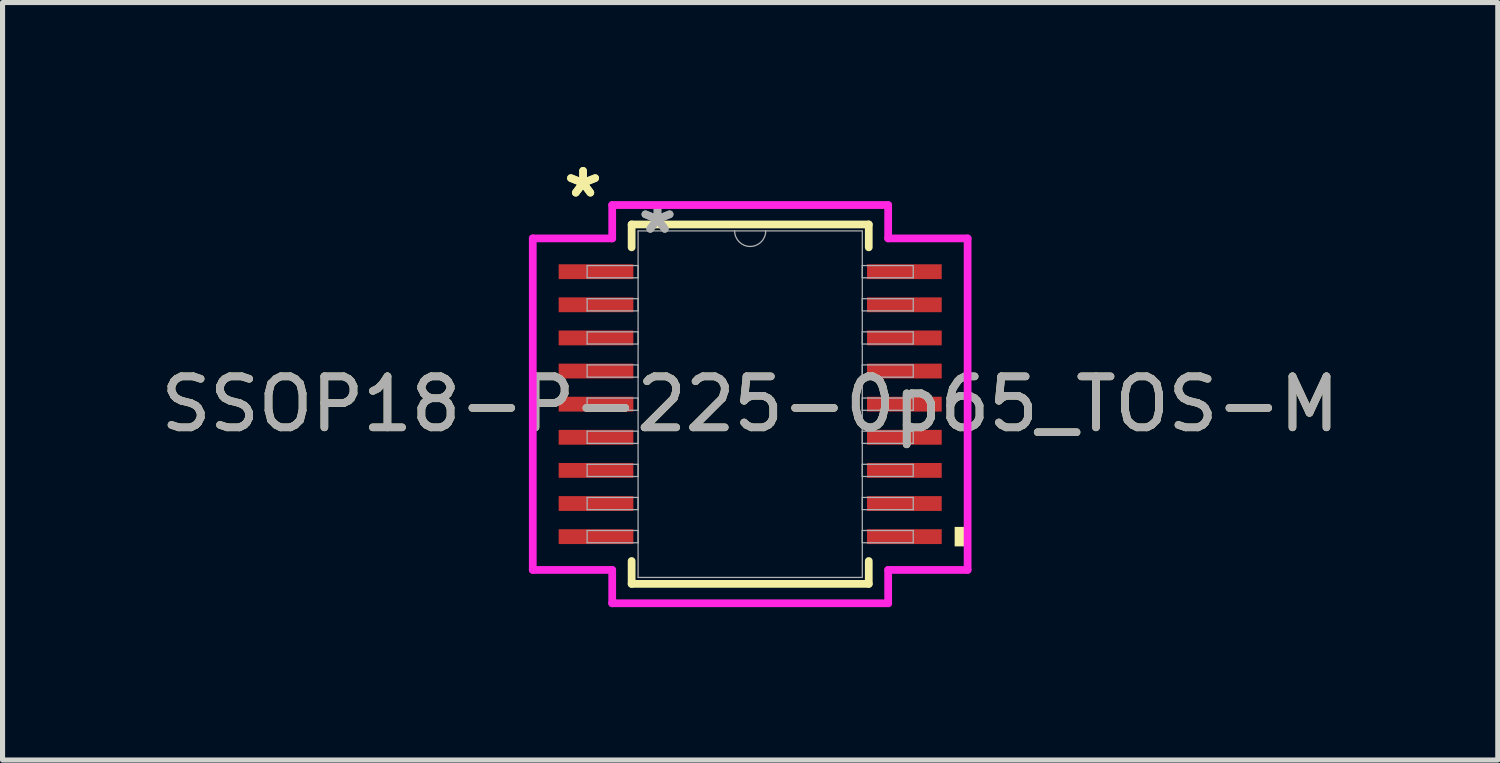
<source format=kicad_pcb>
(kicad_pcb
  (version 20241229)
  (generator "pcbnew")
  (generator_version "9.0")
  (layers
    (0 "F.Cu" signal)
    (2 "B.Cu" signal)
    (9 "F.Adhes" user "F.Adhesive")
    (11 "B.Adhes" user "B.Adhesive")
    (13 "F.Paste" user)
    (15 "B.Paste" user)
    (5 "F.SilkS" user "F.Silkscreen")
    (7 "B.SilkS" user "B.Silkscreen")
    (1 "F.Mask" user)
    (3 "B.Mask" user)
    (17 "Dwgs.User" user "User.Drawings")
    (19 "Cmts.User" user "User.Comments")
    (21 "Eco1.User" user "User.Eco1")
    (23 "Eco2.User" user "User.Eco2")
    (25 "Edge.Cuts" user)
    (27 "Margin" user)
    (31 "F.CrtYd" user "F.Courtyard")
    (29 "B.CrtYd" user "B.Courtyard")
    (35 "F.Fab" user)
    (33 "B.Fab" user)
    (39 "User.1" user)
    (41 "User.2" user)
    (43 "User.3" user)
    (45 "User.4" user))
  (footprint "SSOP18-P-225-0p65_TOS-M"
    (layer "F.Cu")
    (at 11.673 4.882)
    (property "Reference" "SSOP18-P-225-0p65_TOS-M" (at 0 0 0) (unlocked yes) (layer "F.SilkS") (effects (font (size 1 1) (thickness 0.15))))
    (attr smd)
    (fp_line (start -2.327 -3.527) (end -2.327 -3.078) (stroke (width 0.152) (type solid)) (layer "F.SilkS"))
    (fp_line (start -2.327 3.078) (end -2.327 3.527) (stroke (width 0.152) (type solid)) (layer "F.SilkS"))
    (fp_line (start -2.327 3.527) (end 2.327 3.527) (stroke (width 0.152) (type solid)) (layer "F.SilkS"))
    (fp_line (start 2.327 -3.527) (end -2.327 -3.527) (stroke (width 0.152) (type solid)) (layer "F.SilkS"))
    (fp_line (start 2.327 -3.078) (end 2.327 -3.527) (stroke (width 0.152) (type solid)) (layer "F.SilkS"))
    (fp_line (start 2.327 3.527) (end 2.327 3.078) (stroke (width 0.152) (type solid)) (layer "F.SilkS"))
    (fp_poly (pts (xy 4.267 2.409) (xy 4.267 2.791) (xy 4.013 2.791) (xy 4.013 2.409)) (stroke (width 0) (type solid)) (fill yes) (layer "F.SilkS"))
    (fp_line (start -4.267 -3.253) (end -2.708 -3.253) (stroke (width 0.152) (type solid)) (layer "F.CrtYd"))
    (fp_line (start -4.267 3.253) (end -4.267 -3.253) (stroke (width 0.152) (type solid)) (layer "F.CrtYd"))
    (fp_line (start -4.267 3.253) (end -2.708 3.253) (stroke (width 0.152) (type solid)) (layer "F.CrtYd"))
    (fp_line (start -2.708 -3.908) (end 2.708 -3.908) (stroke (width 0.152) (type solid)) (layer "F.CrtYd"))
    (fp_line (start -2.708 -3.253) (end -2.708 -3.908) (stroke (width 0.152) (type solid)) (layer "F.CrtYd"))
    (fp_line (start -2.708 3.908) (end -2.708 3.253) (stroke (width 0.152) (type solid)) (layer "F.CrtYd"))
    (fp_line (start 2.708 -3.908) (end 2.708 -3.253) (stroke (width 0.152) (type solid)) (layer "F.CrtYd"))
    (fp_line (start 2.708 3.253) (end 2.708 3.908) (stroke (width 0.152) (type solid)) (layer "F.CrtYd"))
    (fp_line (start 2.708 3.908) (end -2.708 3.908) (stroke (width 0.152) (type solid)) (layer "F.CrtYd"))
    (fp_line (start 4.267 -3.253) (end 2.708 -3.253) (stroke (width 0.152) (type solid)) (layer "F.CrtYd"))
    (fp_line (start 4.267 -3.253) (end 4.267 3.253) (stroke (width 0.152) (type solid)) (layer "F.CrtYd"))
    (fp_line (start 4.267 3.253) (end 2.708 3.253) (stroke (width 0.152) (type solid)) (layer "F.CrtYd"))
    (fp_line (start -3.2 -2.72) (end -3.2 -2.48) (stroke (width 0.025) (type solid)) (layer "F.Fab"))
    (fp_line (start -3.2 -2.48) (end -2.2 -2.48) (stroke (width 0.025) (type solid)) (layer "F.Fab"))
    (fp_line (start -3.2 -2.07) (end -3.2 -1.83) (stroke (width 0.025) (type solid)) (layer "F.Fab"))
    (fp_line (start -3.2 -1.83) (end -2.2 -1.83) (stroke (width 0.025) (type solid)) (layer "F.Fab"))
    (fp_line (start -3.2 -1.42) (end -3.2 -1.18) (stroke (width 0.025) (type solid)) (layer "F.Fab"))
    (fp_line (start -3.2 -1.18) (end -2.2 -1.18) (stroke (width 0.025) (type solid)) (layer "F.Fab"))
    (fp_line (start -3.2 -0.77) (end -3.2 -0.53) (stroke (width 0.025) (type solid)) (layer "F.Fab"))
    (fp_line (start -3.2 -0.53) (end -2.2 -0.53) (stroke (width 0.025) (type solid)) (layer "F.Fab"))
    (fp_line (start -3.2 -0.12) (end -3.2 0.12) (stroke (width 0.025) (type solid)) (layer "F.Fab"))
    (fp_line (start -3.2 0.12) (end -2.2 0.12) (stroke (width 0.025) (type solid)) (layer "F.Fab"))
    (fp_line (start -3.2 0.53) (end -3.2 0.77) (stroke (width 0.025) (type solid)) (layer "F.Fab"))
    (fp_line (start -3.2 0.77) (end -2.2 0.77) (stroke (width 0.025) (type solid)) (layer "F.Fab"))
    (fp_line (start -3.2 1.18) (end -3.2 1.42) (stroke (width 0.025) (type solid)) (layer "F.Fab"))
    (fp_line (start -3.2 1.42) (end -2.2 1.42) (stroke (width 0.025) (type solid)) (layer "F.Fab"))
    (fp_line (start -3.2 1.83) (end -3.2 2.07) (stroke (width 0.025) (type solid)) (layer "F.Fab"))
    (fp_line (start -3.2 2.07) (end -2.2 2.07) (stroke (width 0.025) (type solid)) (layer "F.Fab"))
    (fp_line (start -3.2 2.48) (end -3.2 2.72) (stroke (width 0.025) (type solid)) (layer "F.Fab"))
    (fp_line (start -3.2 2.72) (end -2.2 2.72) (stroke (width 0.025) (type solid)) (layer "F.Fab"))
    (fp_line (start -2.2 -3.4) (end -2.2 3.4) (stroke (width 0.025) (type solid)) (layer "F.Fab"))
    (fp_line (start -2.2 -2.72) (end -3.2 -2.72) (stroke (width 0.025) (type solid)) (layer "F.Fab"))
    (fp_line (start -2.2 -2.48) (end -2.2 -2.72) (stroke (width 0.025) (type solid)) (layer "F.Fab"))
    (fp_line (start -2.2 -2.07) (end -3.2 -2.07) (stroke (width 0.025) (type solid)) (layer "F.Fab"))
    (fp_line (start -2.2 -1.83) (end -2.2 -2.07) (stroke (width 0.025) (type solid)) (layer "F.Fab"))
    (fp_line (start -2.2 -1.42) (end -3.2 -1.42) (stroke (width 0.025) (type solid)) (layer "F.Fab"))
    (fp_line (start -2.2 -1.18) (end -2.2 -1.42) (stroke (width 0.025) (type solid)) (layer "F.Fab"))
    (fp_line (start -2.2 -0.77) (end -3.2 -0.77) (stroke (width 0.025) (type solid)) (layer "F.Fab"))
    (fp_line (start -2.2 -0.53) (end -2.2 -0.77) (stroke (width 0.025) (type solid)) (layer "F.Fab"))
    (fp_line (start -2.2 -0.12) (end -3.2 -0.12) (stroke (width 0.025) (type solid)) (layer "F.Fab"))
    (fp_line (start -2.2 0.12) (end -2.2 -0.12) (stroke (width 0.025) (type solid)) (layer "F.Fab"))
    (fp_line (start -2.2 0.53) (end -3.2 0.53) (stroke (width 0.025) (type solid)) (layer "F.Fab"))
    (fp_line (start -2.2 0.77) (end -2.2 0.53) (stroke (width 0.025) (type solid)) (layer "F.Fab"))
    (fp_line (start -2.2 1.18) (end -3.2 1.18) (stroke (width 0.025) (type solid)) (layer "F.Fab"))
    (fp_line (start -2.2 1.42) (end -2.2 1.18) (stroke (width 0.025) (type solid)) (layer "F.Fab"))
    (fp_line (start -2.2 1.83) (end -3.2 1.83) (stroke (width 0.025) (type solid)) (layer "F.Fab"))
    (fp_line (start -2.2 2.07) (end -2.2 1.83) (stroke (width 0.025) (type solid)) (layer "F.Fab"))
    (fp_line (start -2.2 2.48) (end -3.2 2.48) (stroke (width 0.025) (type solid)) (layer "F.Fab"))
    (fp_line (start -2.2 2.72) (end -2.2 2.48) (stroke (width 0.025) (type solid)) (layer "F.Fab"))
    (fp_line (start -2.2 3.4) (end 2.2 3.4) (stroke (width 0.025) (type solid)) (layer "F.Fab"))
    (fp_line (start 2.2 -3.4) (end -2.2 -3.4) (stroke (width 0.025) (type solid)) (layer "F.Fab"))
    (fp_line (start 2.2 -2.72) (end 2.2 -2.48) (stroke (width 0.025) (type solid)) (layer "F.Fab"))
    (fp_line (start 2.2 -2.48) (end 3.2 -2.48) (stroke (width 0.025) (type solid)) (layer "F.Fab"))
    (fp_line (start 2.2 -2.07) (end 2.2 -1.83) (stroke (width 0.025) (type solid)) (layer "F.Fab"))
    (fp_line (start 2.2 -1.83) (end 3.2 -1.83) (stroke (width 0.025) (type solid)) (layer "F.Fab"))
    (fp_line (start 2.2 -1.42) (end 2.2 -1.18) (stroke (width 0.025) (type solid)) (layer "F.Fab"))
    (fp_line (start 2.2 -1.18) (end 3.2 -1.18) (stroke (width 0.025) (type solid)) (layer "F.Fab"))
    (fp_line (start 2.2 -0.77) (end 2.2 -0.53) (stroke (width 0.025) (type solid)) (layer "F.Fab"))
    (fp_line (start 2.2 -0.53) (end 3.2 -0.53) (stroke (width 0.025) (type solid)) (layer "F.Fab"))
    (fp_line (start 2.2 -0.12) (end 2.2 0.12) (stroke (width 0.025) (type solid)) (layer "F.Fab"))
    (fp_line (start 2.2 0.12) (end 3.2 0.12) (stroke (width 0.025) (type solid)) (layer "F.Fab"))
    (fp_line (start 2.2 0.53) (end 2.2 0.77) (stroke (width 0.025) (type solid)) (layer "F.Fab"))
    (fp_line (start 2.2 0.77) (end 3.2 0.77) (stroke (width 0.025) (type solid)) (layer "F.Fab"))
    (fp_line (start 2.2 1.18) (end 2.2 1.42) (stroke (width 0.025) (type solid)) (layer "F.Fab"))
    (fp_line (start 2.2 1.42) (end 3.2 1.42) (stroke (width 0.025) (type solid)) (layer "F.Fab"))
    (fp_line (start 2.2 1.83) (end 2.2 2.07) (stroke (width 0.025) (type solid)) (layer "F.Fab"))
    (fp_line (start 2.2 2.07) (end 3.2 2.07) (stroke (width 0.025) (type solid)) (layer "F.Fab"))
    (fp_line (start 2.2 2.48) (end 2.2 2.72) (stroke (width 0.025) (type solid)) (layer "F.Fab"))
    (fp_line (start 2.2 2.72) (end 3.2 2.72) (stroke (width 0.025) (type solid)) (layer "F.Fab"))
    (fp_line (start 2.2 3.4) (end 2.2 -3.4) (stroke (width 0.025) (type solid)) (layer "F.Fab"))
    (fp_line (start 3.2 -2.72) (end 2.2 -2.72) (stroke (width 0.025) (type solid)) (layer "F.Fab"))
    (fp_line (start 3.2 -2.48) (end 3.2 -2.72) (stroke (width 0.025) (type solid)) (layer "F.Fab"))
    (fp_line (start 3.2 -2.07) (end 2.2 -2.07) (stroke (width 0.025) (type solid)) (layer "F.Fab"))
    (fp_line (start 3.2 -1.83) (end 3.2 -2.07) (stroke (width 0.025) (type solid)) (layer "F.Fab"))
    (fp_line (start 3.2 -1.42) (end 2.2 -1.42) (stroke (width 0.025) (type solid)) (layer "F.Fab"))
    (fp_line (start 3.2 -1.18) (end 3.2 -1.42) (stroke (width 0.025) (type solid)) (layer "F.Fab"))
    (fp_line (start 3.2 -0.77) (end 2.2 -0.77) (stroke (width 0.025) (type solid)) (layer "F.Fab"))
    (fp_line (start 3.2 -0.53) (end 3.2 -0.77) (stroke (width 0.025) (type solid)) (layer "F.Fab"))
    (fp_line (start 3.2 -0.12) (end 2.2 -0.12) (stroke (width 0.025) (type solid)) (layer "F.Fab"))
    (fp_line (start 3.2 0.12) (end 3.2 -0.12) (stroke (width 0.025) (type solid)) (layer "F.Fab"))
    (fp_line (start 3.2 0.53) (end 2.2 0.53) (stroke (width 0.025) (type solid)) (layer "F.Fab"))
    (fp_line (start 3.2 0.77) (end 3.2 0.53) (stroke (width 0.025) (type solid)) (layer "F.Fab"))
    (fp_line (start 3.2 1.18) (end 2.2 1.18) (stroke (width 0.025) (type solid)) (layer "F.Fab"))
    (fp_line (start 3.2 1.42) (end 3.2 1.18) (stroke (width 0.025) (type solid)) (layer "F.Fab"))
    (fp_line (start 3.2 1.83) (end 2.2 1.83) (stroke (width 0.025) (type solid)) (layer "F.Fab"))
    (fp_line (start 3.2 2.07) (end 3.2 1.83) (stroke (width 0.025) (type solid)) (layer "F.Fab"))
    (fp_line (start 3.2 2.48) (end 2.2 2.48) (stroke (width 0.025) (type solid)) (layer "F.Fab"))
    (fp_line (start 3.2 2.72) (end 3.2 2.48) (stroke (width 0.025) (type solid)) (layer "F.Fab"))
    (fp_arc (start 0.3048 -3.399998) (mid 0 -3.095198) (end -0.3048 -3.399998) (stroke (width 0.0254) (type solid)) (layer "F.Fab"))
    (fp_text user "*" (at -3.28 -4.034 0) (unlocked yes) (layer "F.SilkS") (effects (font (size 1 1) (thickness 0.15))))
    (fp_text user "*" (at -3.28 -4.034 0) (layer "F.SilkS") (effects (font (size 1 1) (thickness 0.15))))
    (fp_text user "*" (at -1.819 -3.324 0) (unlocked yes) (layer "F.Fab") (effects (font (size 1 1) (thickness 0.15))))
    (fp_text user "*" (at -1.819 -3.324 0) (layer "F.Fab") (effects (font (size 1 1) (thickness 0.15))))
    (fp_text user "${REFERENCE}" (at 0 0 0) (unlocked yes) (layer "F.Fab") (effects (font (size 1 1) (thickness 0.15))))
    (pad "1" smd rect (at -3.026 -2.6) (size 1.466 0.291) (layers "F.Cu" "F.Mask" "F.Paste"))
    (pad "2" smd rect (at -3.026 -1.95) (size 1.466 0.291) (layers "F.Cu" "F.Mask" "F.Paste"))
    (pad "3" smd rect (at -3.026 -1.3) (size 1.466 0.291) (layers "F.Cu" "F.Mask" "F.Paste"))
    (pad "4" smd rect (at -3.026 -0.65) (size 1.466 0.291) (layers "F.Cu" "F.Mask" "F.Paste"))
    (pad "5" smd rect (at -3.026 0) (size 1.466 0.291) (layers "F.Cu" "F.Mask" "F.Paste"))
    (pad "6" smd rect (at -3.026 0.65) (size 1.466 0.291) (layers "F.Cu" "F.Mask" "F.Paste"))
    (pad "7" smd rect (at -3.026 1.3) (size 1.466 0.291) (layers "F.Cu" "F.Mask" "F.Paste"))
    (pad "8" smd rect (at -3.026 1.95) (size 1.466 0.291) (layers "F.Cu" "F.Mask" "F.Paste"))
    (pad "9" smd rect (at -3.026 2.6) (size 1.466 0.291) (layers "F.Cu" "F.Mask" "F.Paste"))
    (pad "10" smd rect (at 3.026 2.6) (size 1.466 0.291) (layers "F.Cu" "F.Mask" "F.Paste"))
    (pad "11" smd rect (at 3.026 1.95) (size 1.466 0.291) (layers "F.Cu" "F.Mask" "F.Paste"))
    (pad "12" smd rect (at 3.026 1.3) (size 1.466 0.291) (layers "F.Cu" "F.Mask" "F.Paste"))
    (pad "13" smd rect (at 3.026 0.65) (size 1.466 0.291) (layers "F.Cu" "F.Mask" "F.Paste"))
    (pad "14" smd rect (at 3.026 0) (size 1.466 0.291) (layers "F.Cu" "F.Mask" "F.Paste"))
    (pad "15" smd rect (at 3.026 -0.65) (size 1.466 0.291) (layers "F.Cu" "F.Mask" "F.Paste"))
    (pad "16" smd rect (at 3.026 -1.3) (size 1.466 0.291) (layers "F.Cu" "F.Mask" "F.Paste"))
    (pad "17" smd rect (at 3.026 -1.95) (size 1.466 0.291) (layers "F.Cu" "F.Mask" "F.Paste"))
    (pad "18" smd rect (at 3.026 -2.6) (size 1.466 0.291) (layers "F.Cu" "F.Mask" "F.Paste")))
  (gr_rect
    (start -3 -3)
    (end 26.345 11.866)
    (stroke (width 0.1) (type default))
    (fill no)
    (layer "Edge.Cuts")))
</source>
